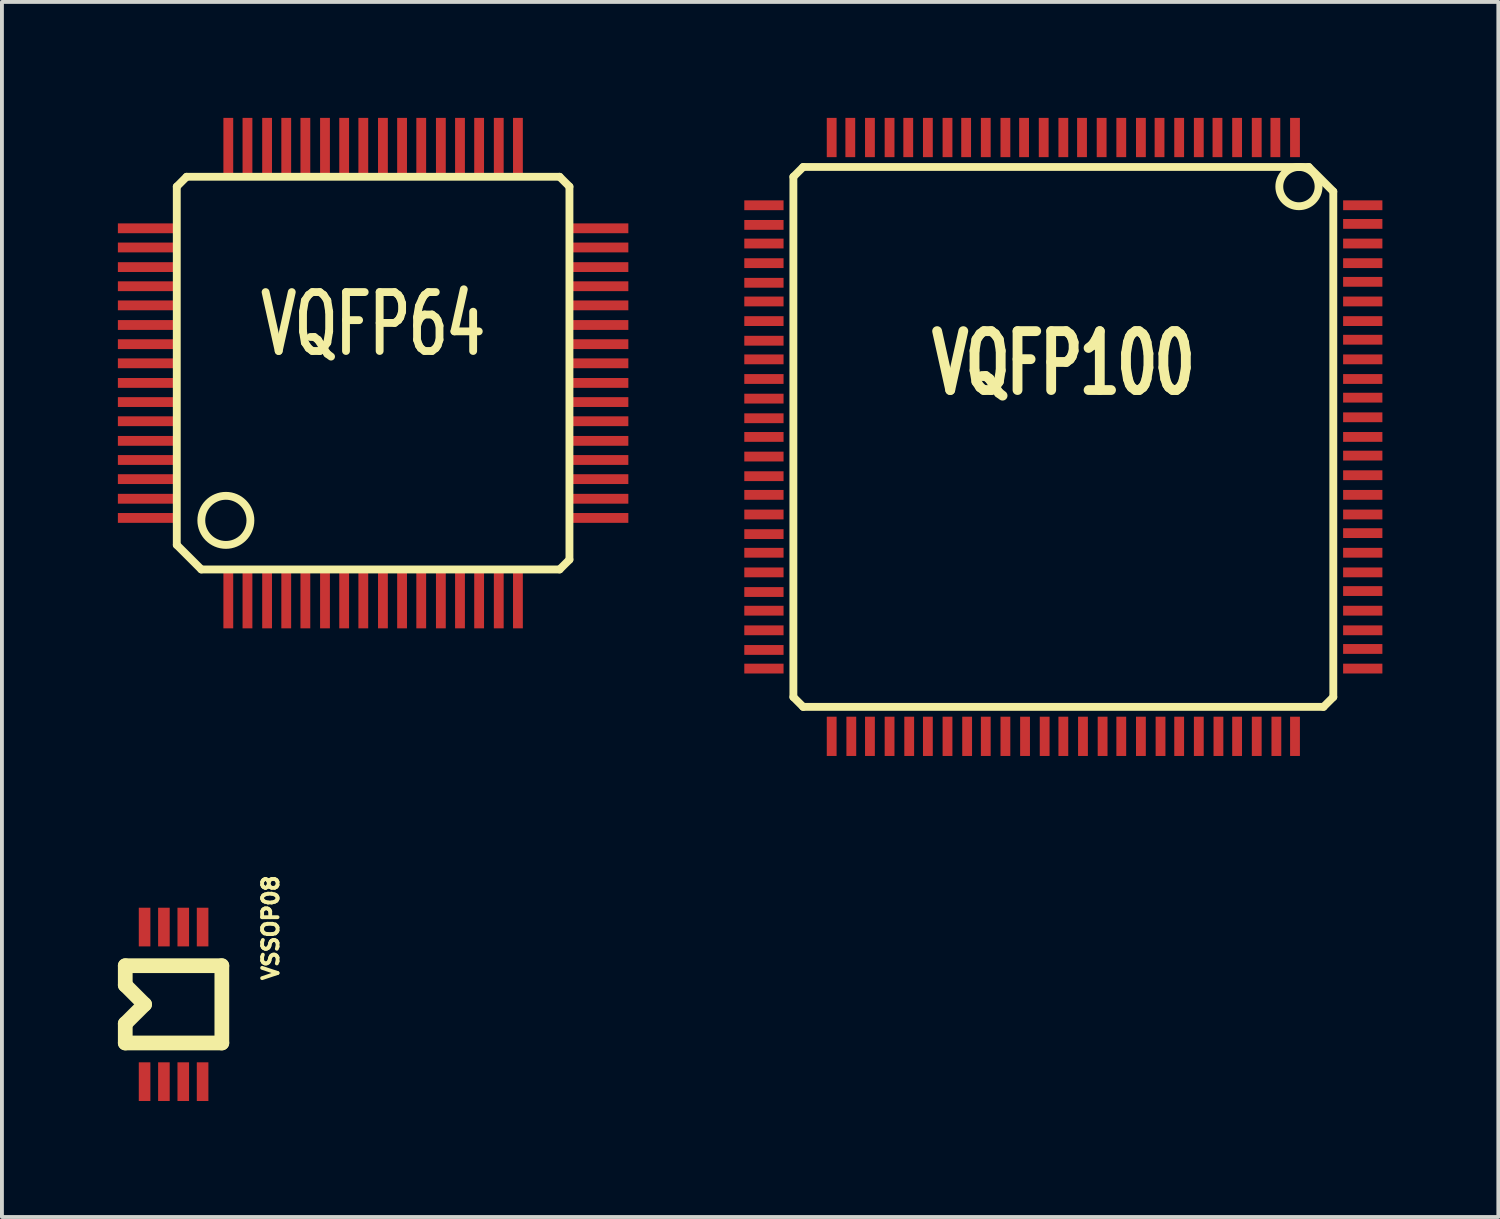
<source format=kicad_pcb>
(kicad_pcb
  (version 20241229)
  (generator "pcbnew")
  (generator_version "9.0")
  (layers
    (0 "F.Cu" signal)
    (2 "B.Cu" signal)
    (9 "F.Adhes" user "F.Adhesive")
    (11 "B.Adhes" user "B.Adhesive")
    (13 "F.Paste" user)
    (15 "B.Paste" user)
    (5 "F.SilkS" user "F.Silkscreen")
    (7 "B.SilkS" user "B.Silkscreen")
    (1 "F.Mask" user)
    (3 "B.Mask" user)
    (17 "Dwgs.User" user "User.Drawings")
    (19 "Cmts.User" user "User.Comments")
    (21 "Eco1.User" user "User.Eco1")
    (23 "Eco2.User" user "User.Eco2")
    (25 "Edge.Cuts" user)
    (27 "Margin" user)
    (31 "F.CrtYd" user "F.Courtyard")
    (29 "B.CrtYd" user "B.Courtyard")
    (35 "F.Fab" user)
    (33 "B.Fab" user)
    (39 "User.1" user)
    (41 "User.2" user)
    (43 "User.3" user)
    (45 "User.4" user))
  (footprint "VQFP64"
    (layer "F.Cu")
    (at 6.604 6.604)
    (property "Reference" "VQFP64" (at 0 -1.267 0) (layer "F.SilkS") (effects (font (size 1.524 1.016) (thickness 0.203))))
    (attr smd)
    (fp_line (start -5.08 -4.826) (end -4.826 -5.08) (stroke (width 0.203) (type solid)) (layer "F.SilkS"))
    (fp_line (start -5.08 4.445) (end -5.08 -4.826) (stroke (width 0.203) (type solid)) (layer "F.SilkS"))
    (fp_line (start -4.826 -5.08) (end 4.826 -5.08) (stroke (width 0.203) (type solid)) (layer "F.SilkS"))
    (fp_line (start -4.445 5.08) (end -5.08 4.445) (stroke (width 0.203) (type solid)) (layer "F.SilkS"))
    (fp_line (start 4.826 -5.08) (end 5.08 -4.826) (stroke (width 0.203) (type solid)) (layer "F.SilkS"))
    (fp_line (start 4.826 5.08) (end -4.445 5.08) (stroke (width 0.203) (type solid)) (layer "F.SilkS"))
    (fp_line (start 5.08 -4.826) (end 5.08 4.826) (stroke (width 0.203) (type solid)) (layer "F.SilkS"))
    (fp_line (start 5.08 4.826) (end 4.826 5.08) (stroke (width 0.203) (type solid)) (layer "F.SilkS"))
    (fp_circle (center -3.81 3.81) (end -3.81 3.175) (stroke (width 0.203) (type solid)) (fill no) (layer "F.SilkS"))
    (pad "1" smd rect (at -3.747 5.842) (size 0.254 1.524) (layers "F.Cu" "F.Mask" "F.Paste"))
    (pad "2" smd rect (at -3.251 5.842) (size 0.254 1.524) (layers "F.Cu" "F.Mask" "F.Paste"))
    (pad "3" smd rect (at -2.743 5.842) (size 0.254 1.524) (layers "F.Cu" "F.Mask" "F.Paste"))
    (pad "4" smd rect (at -2.248 5.842) (size 0.254 1.524) (layers "F.Cu" "F.Mask" "F.Paste"))
    (pad "5" smd rect (at -1.753 5.842) (size 0.254 1.524) (layers "F.Cu" "F.Mask" "F.Paste"))
    (pad "6" smd rect (at -1.245 5.842) (size 0.254 1.524) (layers "F.Cu" "F.Mask" "F.Paste"))
    (pad "7" smd rect (at -0.749 5.842) (size 0.254 1.524) (layers "F.Cu" "F.Mask" "F.Paste"))
    (pad "8" smd rect (at -0.254 5.842) (size 0.254 1.524) (layers "F.Cu" "F.Mask" "F.Paste"))
    (pad "9" smd rect (at 0.254 5.842) (size 0.254 1.524) (layers "F.Cu" "F.Mask" "F.Paste"))
    (pad "10" smd rect (at 0.749 5.842) (size 0.254 1.524) (layers "F.Cu" "F.Mask" "F.Paste"))
    (pad "11" smd rect (at 1.245 5.842) (size 0.254 1.524) (layers "F.Cu" "F.Mask" "F.Paste"))
    (pad "12" smd rect (at 1.753 5.842) (size 0.254 1.524) (layers "F.Cu" "F.Mask" "F.Paste"))
    (pad "13" smd rect (at 2.248 5.842) (size 0.254 1.524) (layers "F.Cu" "F.Mask" "F.Paste"))
    (pad "14" smd rect (at 2.743 5.842) (size 0.254 1.524) (layers "F.Cu" "F.Mask" "F.Paste"))
    (pad "15" smd rect (at 3.251 5.842) (size 0.254 1.524) (layers "F.Cu" "F.Mask" "F.Paste"))
    (pad "16" smd rect (at 3.747 5.842) (size 0.254 1.524) (layers "F.Cu" "F.Mask" "F.Paste"))
    (pad "17" smd rect (at 5.842 3.747) (size 1.524 0.254) (layers "F.Cu" "F.Mask" "F.Paste"))
    (pad "18" smd rect (at 5.842 3.251) (size 1.524 0.254) (layers "F.Cu" "F.Mask" "F.Paste"))
    (pad "19" smd rect (at 5.842 2.743) (size 1.524 0.254) (layers "F.Cu" "F.Mask" "F.Paste"))
    (pad "20" smd rect (at 5.842 2.248) (size 1.524 0.254) (layers "F.Cu" "F.Mask" "F.Paste"))
    (pad "21" smd rect (at 5.842 1.753) (size 1.524 0.254) (layers "F.Cu" "F.Mask" "F.Paste"))
    (pad "22" smd rect (at 5.842 1.245) (size 1.524 0.254) (layers "F.Cu" "F.Mask" "F.Paste"))
    (pad "23" smd rect (at 5.842 0.749) (size 1.524 0.254) (layers "F.Cu" "F.Mask" "F.Paste"))
    (pad "24" smd rect (at 5.842 0.254) (size 1.524 0.254) (layers "F.Cu" "F.Mask" "F.Paste"))
    (pad "25" smd rect (at 5.842 -0.254) (size 1.524 0.254) (layers "F.Cu" "F.Mask" "F.Paste"))
    (pad "26" smd rect (at 5.842 -0.749) (size 1.524 0.254) (layers "F.Cu" "F.Mask" "F.Paste"))
    (pad "27" smd rect (at 5.842 -1.245) (size 1.524 0.254) (layers "F.Cu" "F.Mask" "F.Paste"))
    (pad "28" smd rect (at 5.842 -1.753) (size 1.524 0.254) (layers "F.Cu" "F.Mask" "F.Paste"))
    (pad "29" smd rect (at 5.842 -2.248) (size 1.524 0.254) (layers "F.Cu" "F.Mask" "F.Paste"))
    (pad "30" smd rect (at 5.842 -2.743) (size 1.524 0.254) (layers "F.Cu" "F.Mask" "F.Paste"))
    (pad "31" smd rect (at 5.842 -3.251) (size 1.524 0.254) (layers "F.Cu" "F.Mask" "F.Paste"))
    (pad "32" smd rect (at 5.842 -3.747) (size 1.524 0.254) (layers "F.Cu" "F.Mask" "F.Paste"))
    (pad "33" smd rect (at 3.747 -5.842) (size 0.254 1.524) (layers "F.Cu" "F.Mask" "F.Paste"))
    (pad "34" smd rect (at 3.251 -5.842) (size 0.254 1.524) (layers "F.Cu" "F.Mask" "F.Paste"))
    (pad "35" smd rect (at 2.743 -5.842) (size 0.254 1.524) (layers "F.Cu" "F.Mask" "F.Paste"))
    (pad "36" smd rect (at 2.248 -5.842) (size 0.254 1.524) (layers "F.Cu" "F.Mask" "F.Paste"))
    (pad "37" smd rect (at 1.753 -5.842) (size 0.254 1.524) (layers "F.Cu" "F.Mask" "F.Paste"))
    (pad "38" smd rect (at 1.245 -5.842) (size 0.254 1.524) (layers "F.Cu" "F.Mask" "F.Paste"))
    (pad "39" smd rect (at 0.749 -5.842) (size 0.254 1.524) (layers "F.Cu" "F.Mask" "F.Paste"))
    (pad "40" smd rect (at 0.254 -5.842) (size 0.254 1.524) (layers "F.Cu" "F.Mask" "F.Paste"))
    (pad "41" smd rect (at -0.254 -5.842) (size 0.254 1.524) (layers "F.Cu" "F.Mask" "F.Paste"))
    (pad "42" smd rect (at -0.749 -5.842) (size 0.254 1.524) (layers "F.Cu" "F.Mask" "F.Paste"))
    (pad "43" smd rect (at -1.245 -5.842) (size 0.254 1.524) (layers "F.Cu" "F.Mask" "F.Paste"))
    (pad "44" smd rect (at -1.753 -5.842) (size 0.254 1.524) (layers "F.Cu" "F.Mask" "F.Paste"))
    (pad "45" smd rect (at -2.248 -5.842) (size 0.254 1.524) (layers "F.Cu" "F.Mask" "F.Paste"))
    (pad "46" smd rect (at -2.743 -5.842) (size 0.254 1.524) (layers "F.Cu" "F.Mask" "F.Paste"))
    (pad "47" smd rect (at -3.251 -5.842) (size 0.254 1.524) (layers "F.Cu" "F.Mask" "F.Paste"))
    (pad "48" smd rect (at -3.747 -5.842) (size 0.254 1.524) (layers "F.Cu" "F.Mask" "F.Paste"))
    (pad "49" smd rect (at -5.842 -3.747) (size 1.524 0.254) (layers "F.Cu" "F.Mask" "F.Paste"))
    (pad "50" smd rect (at -5.842 -3.251) (size 1.524 0.254) (layers "F.Cu" "F.Mask" "F.Paste"))
    (pad "51" smd rect (at -5.842 -2.743) (size 1.524 0.254) (layers "F.Cu" "F.Mask" "F.Paste"))
    (pad "52" smd rect (at -5.842 -2.248) (size 1.524 0.254) (layers "F.Cu" "F.Mask" "F.Paste"))
    (pad "53" smd rect (at -5.842 -1.753) (size 1.524 0.254) (layers "F.Cu" "F.Mask" "F.Paste"))
    (pad "54" smd rect (at -5.842 -1.245) (size 1.524 0.254) (layers "F.Cu" "F.Mask" "F.Paste"))
    (pad "55" smd rect (at -5.842 -0.749) (size 1.524 0.254) (layers "F.Cu" "F.Mask" "F.Paste"))
    (pad "56" smd rect (at -5.842 -0.254) (size 1.524 0.254) (layers "F.Cu" "F.Mask" "F.Paste"))
    (pad "57" smd rect (at -5.842 0.254) (size 1.524 0.254) (layers "F.Cu" "F.Mask" "F.Paste"))
    (pad "58" smd rect (at -5.842 0.749) (size 1.524 0.254) (layers "F.Cu" "F.Mask" "F.Paste"))
    (pad "59" smd rect (at -5.842 1.245) (size 1.524 0.254) (layers "F.Cu" "F.Mask" "F.Paste"))
    (pad "60" smd rect (at -5.842 1.753) (size 1.524 0.254) (layers "F.Cu" "F.Mask" "F.Paste"))
    (pad "61" smd rect (at -5.842 2.248) (size 1.524 0.254) (layers "F.Cu" "F.Mask" "F.Paste"))
    (pad "62" smd rect (at -5.842 2.743) (size 1.524 0.254) (layers "F.Cu" "F.Mask" "F.Paste"))
    (pad "63" smd rect (at -5.842 3.251) (size 1.524 0.254) (layers "F.Cu" "F.Mask" "F.Paste"))
    (pad "64" smd rect (at -5.842 3.747) (size 1.524 0.254) (layers "F.Cu" "F.Mask" "F.Paste")))
  (footprint "VQFP100"
    (layer "F.Cu")
    (at 24.463 8.255)
    (property "Reference" "VQFP100" (at 0 -1.905 0) (layer "F.SilkS") (effects (font (size 1.524 1.016) (thickness 0.254))))
    (attr smd)
    (fp_line (start -6.985 -6.731) (end -6.985 6.731) (stroke (width 0.203) (type solid)) (layer "F.SilkS"))
    (fp_line (start -6.985 -6.731) (end -6.731 -6.985) (stroke (width 0.203) (type solid)) (layer "F.SilkS"))
    (fp_line (start -6.985 6.731) (end -6.731 6.985) (stroke (width 0.203) (type solid)) (layer "F.SilkS"))
    (fp_line (start -6.731 6.985) (end 6.731 6.985) (stroke (width 0.203) (type solid)) (layer "F.SilkS"))
    (fp_line (start 6.35 -6.985) (end -6.731 -6.985) (stroke (width 0.203) (type solid)) (layer "F.SilkS"))
    (fp_line (start 6.731 6.985) (end 6.985 6.731) (stroke (width 0.203) (type solid)) (layer "F.SilkS"))
    (fp_line (start 6.985 -6.35) (end 6.35 -6.985) (stroke (width 0.203) (type solid)) (layer "F.SilkS"))
    (fp_line (start 6.985 6.731) (end 6.985 -6.35) (stroke (width 0.203) (type solid)) (layer "F.SilkS"))
    (fp_circle (center 6.096 -6.477) (end 6.096 -6.985) (stroke (width 0.203) (type solid)) (fill no) (layer "F.SilkS"))
    (pad "1" smd rect (at 5.994 -7.747) (size 0.254 1.016) (layers "F.Cu" "F.Mask" "F.Paste"))
    (pad "2" smd rect (at 5.486 -7.747) (size 0.254 1.016) (layers "F.Cu" "F.Mask" "F.Paste"))
    (pad "3" smd rect (at 5.004 -7.747) (size 0.254 1.016) (layers "F.Cu" "F.Mask" "F.Paste"))
    (pad "4" smd rect (at 4.496 -7.747) (size 0.254 1.016) (layers "F.Cu" "F.Mask" "F.Paste"))
    (pad "5" smd rect (at 3.988 -7.747) (size 0.254 1.016) (layers "F.Cu" "F.Mask" "F.Paste"))
    (pad "6" smd rect (at 3.505 -7.747) (size 0.254 1.016) (layers "F.Cu" "F.Mask" "F.Paste"))
    (pad "7" smd rect (at 2.997 -7.747) (size 0.254 1.016) (layers "F.Cu" "F.Mask" "F.Paste"))
    (pad "8" smd rect (at 2.489 -7.747) (size 0.254 1.016) (layers "F.Cu" "F.Mask" "F.Paste"))
    (pad "9" smd rect (at 2.007 -7.747) (size 0.254 1.016) (layers "F.Cu" "F.Mask" "F.Paste"))
    (pad "10" smd rect (at 1.499 -7.747) (size 0.254 1.016) (layers "F.Cu" "F.Mask" "F.Paste"))
    (pad "11" smd rect (at 0.991 -7.747) (size 0.254 1.016) (layers "F.Cu" "F.Mask" "F.Paste"))
    (pad "12" smd rect (at 0.483 -7.747) (size 0.254 1.016) (layers "F.Cu" "F.Mask" "F.Paste"))
    (pad "13" smd rect (at 0 -7.747) (size 0.254 1.016) (layers "F.Cu" "F.Mask" "F.Paste"))
    (pad "14" smd rect (at -0.508 -7.747) (size 0.254 1.016) (layers "F.Cu" "F.Mask" "F.Paste"))
    (pad "15" smd rect (at -1.016 -7.747) (size 0.254 1.016) (layers "F.Cu" "F.Mask" "F.Paste"))
    (pad "16" smd rect (at -1.499 -7.747) (size 0.254 1.016) (layers "F.Cu" "F.Mask" "F.Paste"))
    (pad "17" smd rect (at -2.007 -7.747) (size 0.254 1.016) (layers "F.Cu" "F.Mask" "F.Paste"))
    (pad "18" smd rect (at -2.515 -7.747) (size 0.254 1.016) (layers "F.Cu" "F.Mask" "F.Paste"))
    (pad "19" smd rect (at -2.997 -7.747) (size 0.254 1.016) (layers "F.Cu" "F.Mask" "F.Paste"))
    (pad "20" smd rect (at -3.505 -7.747) (size 0.254 1.016) (layers "F.Cu" "F.Mask" "F.Paste"))
    (pad "21" smd rect (at -4.013 -7.747) (size 0.254 1.016) (layers "F.Cu" "F.Mask" "F.Paste"))
    (pad "22" smd rect (at -4.496 -7.747) (size 0.254 1.016) (layers "F.Cu" "F.Mask" "F.Paste"))
    (pad "23" smd rect (at -5.004 -7.747) (size 0.254 1.016) (layers "F.Cu" "F.Mask" "F.Paste"))
    (pad "24" smd rect (at -5.512 -7.747) (size 0.254 1.016) (layers "F.Cu" "F.Mask" "F.Paste"))
    (pad "25" smd rect (at -5.994 -7.747) (size 0.254 1.016) (layers "F.Cu" "F.Mask" "F.Paste"))
    (pad "26" smd rect (at -7.747 -5.994) (size 1.016 0.254) (layers "F.Cu" "F.Mask" "F.Paste"))
    (pad "27" smd rect (at -7.747 -5.486) (size 1.016 0.254) (layers "F.Cu" "F.Mask" "F.Paste"))
    (pad "28" smd rect (at -7.747 -5.004) (size 1.016 0.254) (layers "F.Cu" "F.Mask" "F.Paste"))
    (pad "29" smd rect (at -7.747 -4.496) (size 1.016 0.254) (layers "F.Cu" "F.Mask" "F.Paste"))
    (pad "30" smd rect (at -7.747 -3.988) (size 1.016 0.254) (layers "F.Cu" "F.Mask" "F.Paste"))
    (pad "31" smd rect (at -7.747 -3.505) (size 1.016 0.254) (layers "F.Cu" "F.Mask" "F.Paste"))
    (pad "32" smd rect (at -7.747 -2.997) (size 1.016 0.254) (layers "F.Cu" "F.Mask" "F.Paste"))
    (pad "33" smd rect (at -7.747 -2.489) (size 1.016 0.254) (layers "F.Cu" "F.Mask" "F.Paste"))
    (pad "34" smd rect (at -7.747 -2.007) (size 1.016 0.254) (layers "F.Cu" "F.Mask" "F.Paste"))
    (pad "35" smd rect (at -7.747 -1.499) (size 1.016 0.254) (layers "F.Cu" "F.Mask" "F.Paste"))
    (pad "36" smd rect (at -7.747 -0.991) (size 1.016 0.254) (layers "F.Cu" "F.Mask" "F.Paste"))
    (pad "37" smd rect (at -7.747 -0.483) (size 1.016 0.254) (layers "F.Cu" "F.Mask" "F.Paste"))
    (pad "38" smd rect (at -7.747 0) (size 1.016 0.254) (layers "F.Cu" "F.Mask" "F.Paste"))
    (pad "39" smd rect (at -7.747 0.508) (size 1.016 0.254) (layers "F.Cu" "F.Mask" "F.Paste"))
    (pad "40" smd rect (at -7.747 1.016) (size 1.016 0.254) (layers "F.Cu" "F.Mask" "F.Paste"))
    (pad "41" smd rect (at -7.747 1.499) (size 1.016 0.254) (layers "F.Cu" "F.Mask" "F.Paste"))
    (pad "42" smd rect (at -7.747 2.007) (size 1.016 0.254) (layers "F.Cu" "F.Mask" "F.Paste"))
    (pad "43" smd rect (at -7.747 2.515) (size 1.016 0.254) (layers "F.Cu" "F.Mask" "F.Paste"))
    (pad "44" smd rect (at -7.747 2.997) (size 1.016 0.254) (layers "F.Cu" "F.Mask" "F.Paste"))
    (pad "45" smd rect (at -7.747 3.505) (size 1.016 0.254) (layers "F.Cu" "F.Mask" "F.Paste"))
    (pad "46" smd rect (at -7.747 4.013) (size 1.016 0.254) (layers "F.Cu" "F.Mask" "F.Paste"))
    (pad "47" smd rect (at -7.747 4.496) (size 1.016 0.254) (layers "F.Cu" "F.Mask" "F.Paste"))
    (pad "48" smd rect (at -7.747 5.004) (size 1.016 0.254) (layers "F.Cu" "F.Mask" "F.Paste"))
    (pad "49" smd rect (at -7.747 5.512) (size 1.016 0.254) (layers "F.Cu" "F.Mask" "F.Paste"))
    (pad "50" smd rect (at -7.747 5.994) (size 1.016 0.254) (layers "F.Cu" "F.Mask" "F.Paste"))
    (pad "51" smd rect (at -5.994 7.747) (size 0.254 1.016) (layers "F.Cu" "F.Mask" "F.Paste"))
    (pad "52" smd rect (at -5.486 7.747) (size 0.254 1.016) (layers "F.Cu" "F.Mask" "F.Paste"))
    (pad "53" smd rect (at -5.004 7.747) (size 0.254 1.016) (layers "F.Cu" "F.Mask" "F.Paste"))
    (pad "54" smd rect (at -4.496 7.747) (size 0.254 1.016) (layers "F.Cu" "F.Mask" "F.Paste"))
    (pad "55" smd rect (at -3.988 7.747) (size 0.254 1.016) (layers "F.Cu" "F.Mask" "F.Paste"))
    (pad "56" smd rect (at -3.505 7.747) (size 0.254 1.016) (layers "F.Cu" "F.Mask" "F.Paste"))
    (pad "57" smd rect (at -2.997 7.747) (size 0.254 1.016) (layers "F.Cu" "F.Mask" "F.Paste"))
    (pad "58" smd rect (at -2.489 7.747) (size 0.254 1.016) (layers "F.Cu" "F.Mask" "F.Paste"))
    (pad "59" smd rect (at -2.007 7.747) (size 0.254 1.016) (layers "F.Cu" "F.Mask" "F.Paste"))
    (pad "60" smd rect (at -1.499 7.747) (size 0.254 1.016) (layers "F.Cu" "F.Mask" "F.Paste"))
    (pad "61" smd rect (at -0.991 7.747) (size 0.254 1.016) (layers "F.Cu" "F.Mask" "F.Paste"))
    (pad "62" smd rect (at -0.483 7.747) (size 0.254 1.016) (layers "F.Cu" "F.Mask" "F.Paste"))
    (pad "63" smd rect (at 0 7.747) (size 0.254 1.016) (layers "F.Cu" "F.Mask" "F.Paste"))
    (pad "64" smd rect (at 0.508 7.747) (size 0.254 1.016) (layers "F.Cu" "F.Mask" "F.Paste"))
    (pad "65" smd rect (at 1.016 7.747) (size 0.254 1.016) (layers "F.Cu" "F.Mask" "F.Paste"))
    (pad "66" smd rect (at 1.499 7.747) (size 0.254 1.016) (layers "F.Cu" "F.Mask" "F.Paste"))
    (pad "67" smd rect (at 2.007 7.747) (size 0.254 1.016) (layers "F.Cu" "F.Mask" "F.Paste"))
    (pad "68" smd rect (at 2.515 7.747) (size 0.254 1.016) (layers "F.Cu" "F.Mask" "F.Paste"))
    (pad "69" smd rect (at 2.997 7.747) (size 0.254 1.016) (layers "F.Cu" "F.Mask" "F.Paste"))
    (pad "70" smd rect (at 3.505 7.747) (size 0.254 1.016) (layers "F.Cu" "F.Mask" "F.Paste"))
    (pad "71" smd rect (at 4.013 7.747) (size 0.254 1.016) (layers "F.Cu" "F.Mask" "F.Paste"))
    (pad "72" smd rect (at 4.496 7.747) (size 0.254 1.016) (layers "F.Cu" "F.Mask" "F.Paste"))
    (pad "73" smd rect (at 5.004 7.747) (size 0.254 1.016) (layers "F.Cu" "F.Mask" "F.Paste"))
    (pad "74" smd rect (at 5.512 7.747) (size 0.254 1.016) (layers "F.Cu" "F.Mask" "F.Paste"))
    (pad "75" smd rect (at 5.994 7.747) (size 0.254 1.016) (layers "F.Cu" "F.Mask" "F.Paste"))
    (pad "76" smd rect (at 7.747 5.994) (size 1.016 0.254) (layers "F.Cu" "F.Mask" "F.Paste"))
    (pad "77" smd rect (at 7.747 5.486) (size 1.016 0.254) (layers "F.Cu" "F.Mask" "F.Paste"))
    (pad "78" smd rect (at 7.747 5.004) (size 1.016 0.254) (layers "F.Cu" "F.Mask" "F.Paste"))
    (pad "79" smd rect (at 7.747 4.496) (size 1.016 0.254) (layers "F.Cu" "F.Mask" "F.Paste"))
    (pad "80" smd rect (at 7.747 3.988) (size 1.016 0.254) (layers "F.Cu" "F.Mask" "F.Paste"))
    (pad "81" smd rect (at 7.747 3.505) (size 1.016 0.254) (layers "F.Cu" "F.Mask" "F.Paste"))
    (pad "82" smd rect (at 7.747 2.997) (size 1.016 0.254) (layers "F.Cu" "F.Mask" "F.Paste"))
    (pad "83" smd rect (at 7.747 2.489) (size 1.016 0.254) (layers "F.Cu" "F.Mask" "F.Paste"))
    (pad "84" smd rect (at 7.747 2.007) (size 1.016 0.254) (layers "F.Cu" "F.Mask" "F.Paste"))
    (pad "85" smd rect (at 7.747 1.499) (size 1.016 0.254) (layers "F.Cu" "F.Mask" "F.Paste"))
    (pad "86" smd rect (at 7.747 0.991) (size 1.016 0.254) (layers "F.Cu" "F.Mask" "F.Paste"))
    (pad "87" smd rect (at 7.747 0.483) (size 1.016 0.254) (layers "F.Cu" "F.Mask" "F.Paste"))
    (pad "88" smd rect (at 7.747 0) (size 1.016 0.254) (layers "F.Cu" "F.Mask" "F.Paste"))
    (pad "89" smd rect (at 7.747 -0.508) (size 1.016 0.254) (layers "F.Cu" "F.Mask" "F.Paste"))
    (pad "90" smd rect (at 7.747 -1.016) (size 1.016 0.254) (layers "F.Cu" "F.Mask" "F.Paste"))
    (pad "91" smd rect (at 7.747 -1.499) (size 1.016 0.254) (layers "F.Cu" "F.Mask" "F.Paste"))
    (pad "92" smd rect (at 7.747 -2.007) (size 1.016 0.254) (layers "F.Cu" "F.Mask" "F.Paste"))
    (pad "93" smd rect (at 7.747 -2.515) (size 1.016 0.254) (layers "F.Cu" "F.Mask" "F.Paste"))
    (pad "94" smd rect (at 7.747 -2.997) (size 1.016 0.254) (layers "F.Cu" "F.Mask" "F.Paste"))
    (pad "95" smd rect (at 7.747 -3.505) (size 1.016 0.254) (layers "F.Cu" "F.Mask" "F.Paste"))
    (pad "96" smd rect (at 7.747 -4.013) (size 1.016 0.254) (layers "F.Cu" "F.Mask" "F.Paste"))
    (pad "97" smd rect (at 7.747 -4.496) (size 1.016 0.254) (layers "F.Cu" "F.Mask" "F.Paste"))
    (pad "98" smd rect (at 7.747 -5.004) (size 1.016 0.254) (layers "F.Cu" "F.Mask" "F.Paste"))
    (pad "99" smd rect (at 7.747 -5.512) (size 1.016 0.254) (layers "F.Cu" "F.Mask" "F.Paste"))
    (pad "100" smd rect (at 7.747 -5.994) (size 1.016 0.254) (layers "F.Cu" "F.Mask" "F.Paste")))
  (footprint "VSSOP08"
    (layer "F.Cu")
    (at 1.453 22.956)
    (property "Reference" "VSSOP08" (at 2.499 -1.999 90) (layer "F.SilkS") (effects (font (size 0.399 0.399) (thickness 0.099))))
    (attr through_hole)
    (fp_line (start -1.262 -1.019) (end -1.262 -0.518) (stroke (width 0.381) (type solid)) (layer "F.SilkS"))
    (fp_line (start -1.262 -0.518) (end -0.762 -0.018) (stroke (width 0.381) (type solid)) (layer "F.SilkS"))
    (fp_line (start -1.262 0.48) (end -1.262 0.98) (stroke (width 0.381) (type solid)) (layer "F.SilkS"))
    (fp_line (start -1.262 0.98) (end 1.237 0.98) (stroke (width 0.381) (type solid)) (layer "F.SilkS"))
    (fp_line (start -0.762 -0.018) (end -1.262 0.48) (stroke (width 0.381) (type solid)) (layer "F.SilkS"))
    (fp_line (start 1.237 -1.019) (end -1.262 -1.019) (stroke (width 0.381) (type solid)) (layer "F.SilkS"))
    (fp_line (start 1.237 0.98) (end 1.237 -1.019) (stroke (width 0.381) (type solid)) (layer "F.SilkS"))
    (pad "1" smd rect (at -0.762 1.981) (size 0.3 1.001) (layers "F.Cu" "F.Mask" "F.Paste"))
    (pad "2" smd rect (at -0.262 1.981) (size 0.3 1.001) (layers "F.Cu" "F.Mask" "F.Paste"))
    (pad "3" smd rect (at 0.239 1.981) (size 0.3 1.001) (layers "F.Cu" "F.Mask" "F.Paste"))
    (pad "4" smd rect (at 0.739 1.981) (size 0.3 1.001) (layers "F.Cu" "F.Mask" "F.Paste"))
    (pad "5" smd rect (at 0.739 -2.019) (size 0.3 1.001) (layers "F.Cu" "F.Mask" "F.Paste"))
    (pad "6" smd rect (at 0.239 -2.019) (size 0.3 1.001) (layers "F.Cu" "F.Mask" "F.Paste"))
    (pad "7" smd rect (at -0.262 -2.019) (size 0.3 1.001) (layers "F.Cu" "F.Mask" "F.Paste"))
    (pad "8" smd rect (at -0.762 -2.019) (size 0.3 1.001) (layers "F.Cu" "F.Mask" "F.Paste")))
  (gr_rect
    (start -3 -3)
    (end 35.718 28.438)
    (stroke (width 0.1) (type default))
    (fill no)
    (layer "Edge.Cuts")))
</source>
